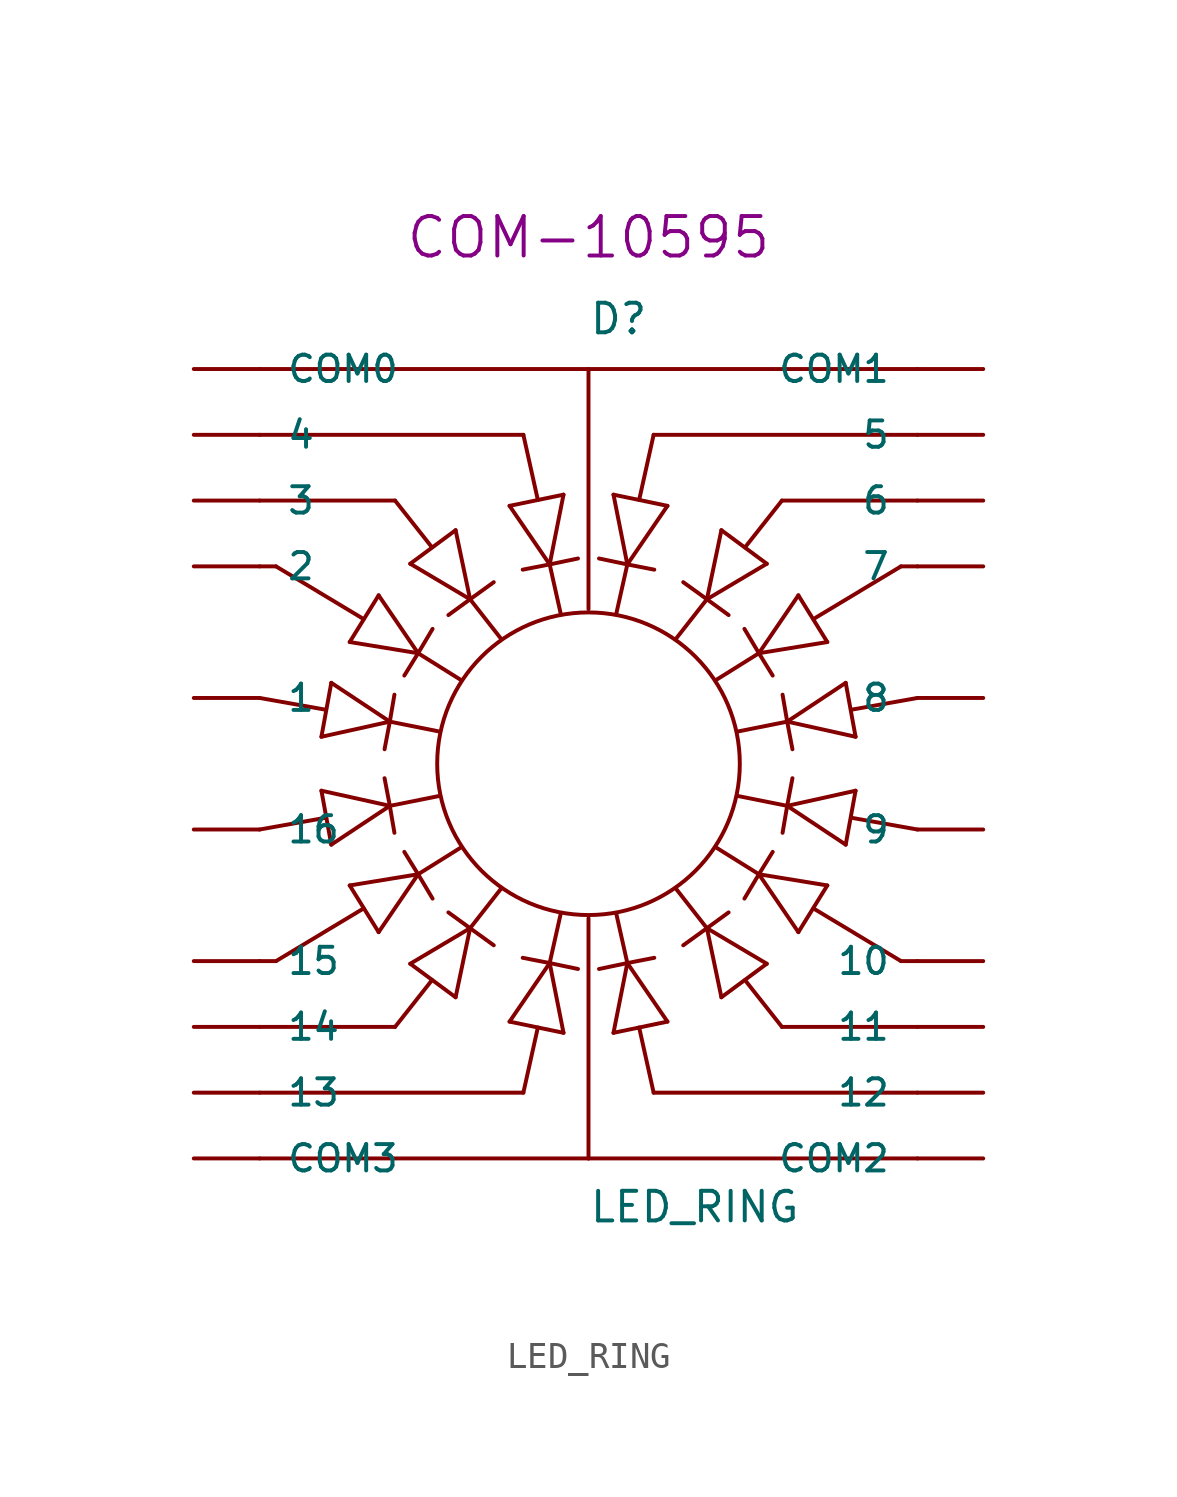
<source format=kicad_sym>
(kicad_symbol_lib
  (version 20220914)
  (generator kicad_symbol_editor)
  (symbol "LED_RING"
    (pin_numbers hide)
    (pin_names
      (offset 1.016))
    (property "Reference" "D"
      (at 0 16.51 0)
      (effects (font (size 1.143 1.143)) (justify left bottom)))
    (property "Value" "LED_RING"
      (at 0 -17.78 0)
      (effects (font (size 1.143 1.143)) (justify left bottom)))
    (property "Field4" "COM-10595"
      (at 0 20.32 0)
      (effects (font (size 1.524 1.524))))
    (property "ki_locked" ""
      (at 0 0 0)
      (effects (font (size 1.27 1.27))))
    (symbol "LED_RING_1_0"
      (polyline (pts (xy -12.065 -7.62) (xy -12.7 -7.62)) (stroke (width 0) (type solid)) (fill (type none)))
      (polyline (pts (xy -12.065 7.62) (xy -12.7 7.62)) (stroke (width 0) (type solid)) (fill (type none)))
      (polyline (pts (xy -10.135 -2.083) (xy -12.7 -2.54)) (stroke (width 0) (type solid)) (fill (type none)))
      (polyline (pts (xy -10.135 2.083) (xy -12.7 2.54)) (stroke (width 0) (type solid)) (fill (type none)))
      (polyline (pts (xy -9.931 -3.124) (xy -10.312 -1.041)) (stroke (width 0) (type solid)) (fill (type none)))
      (polyline (pts (xy -9.931 -3.124) (xy -7.671 -1.626)) (stroke (width 0) (type solid)) (fill (type none)))
      (polyline (pts (xy -9.931 3.124) (xy -10.312 1.041)) (stroke (width 0) (type solid)) (fill (type none)))
      (polyline (pts (xy -9.931 3.124) (xy -7.671 1.626)) (stroke (width 0) (type solid)) (fill (type none)))
      (polyline (pts (xy -8.687 -5.588) (xy -12.065 -7.62)) (stroke (width 0) (type solid)) (fill (type none)))
      (polyline (pts (xy -8.687 5.588) (xy -12.065 7.62)) (stroke (width 0) (type solid)) (fill (type none)))
      (polyline (pts (xy -8.103 -6.502) (xy -9.22 -4.699)) (stroke (width 0) (type solid)) (fill (type none)))
      (polyline (pts (xy -8.103 -6.502) (xy -6.579 -4.267)) (stroke (width 0) (type solid)) (fill (type none)))
      (polyline (pts (xy -8.103 6.502) (xy -9.22 4.699)) (stroke (width 0) (type solid)) (fill (type none)))
      (polyline (pts (xy -8.103 6.502) (xy -6.579 4.267)) (stroke (width 0) (type solid)) (fill (type none)))
      (polyline (pts (xy -7.671 -1.626) (xy -10.312 -1.041)) (stroke (width 0) (type solid)) (fill (type none)))
      (polyline (pts (xy -7.671 -1.626) (xy -7.874 -0.559)) (stroke (width 0) (type solid)) (fill (type none)))
      (polyline (pts (xy -7.671 -1.626) (xy -5.766 -1.245)) (stroke (width 0) (type solid)) (fill (type none)))
      (polyline (pts (xy -7.671 1.626) (xy -10.312 1.041)) (stroke (width 0) (type solid)) (fill (type none)))
      (polyline (pts (xy -7.671 1.626) (xy -7.874 0.559)) (stroke (width 0) (type solid)) (fill (type none)))
      (polyline (pts (xy -7.671 1.626) (xy -5.766 1.245)) (stroke (width 0) (type solid)) (fill (type none)))
      (polyline (pts (xy -7.493 -2.667) (xy -7.671 -1.626)) (stroke (width 0) (type solid)) (fill (type none)))
      (polyline (pts (xy -7.493 2.667) (xy -7.671 1.626)) (stroke (width 0) (type solid)) (fill (type none)))
      (polyline (pts (xy -7.468 -10.16) (xy -12.7 -10.16)) (stroke (width 0) (type solid)) (fill (type none)))
      (polyline (pts (xy -7.468 10.16) (xy -12.7 10.16)) (stroke (width 0) (type solid)) (fill (type none)))
      (polyline (pts (xy -6.579 -4.267) (xy -9.22 -4.699)) (stroke (width 0) (type solid)) (fill (type none)))
      (polyline (pts (xy -6.579 -4.267) (xy -7.112 -3.404)) (stroke (width 0) (type solid)) (fill (type none)))
      (polyline (pts (xy -6.579 -4.267) (xy -4.953 -3.251)) (stroke (width 0) (type solid)) (fill (type none)))
      (polyline (pts (xy -6.579 4.267) (xy -9.22 4.699)) (stroke (width 0) (type solid)) (fill (type none)))
      (polyline (pts (xy -6.579 4.267) (xy -7.112 3.404)) (stroke (width 0) (type solid)) (fill (type none)))
      (polyline (pts (xy -6.579 4.267) (xy -4.953 3.251)) (stroke (width 0) (type solid)) (fill (type none)))
      (polyline (pts (xy -6.045 -8.357) (xy -7.468 -10.16)) (stroke (width 0) (type solid)) (fill (type none)))
      (polyline (pts (xy -6.045 8.357) (xy -7.468 10.16)) (stroke (width 0) (type solid)) (fill (type none)))
      (polyline (pts (xy -6.02 -5.207) (xy -6.579 -4.267)) (stroke (width 0) (type solid)) (fill (type none)))
      (polyline (pts (xy -6.02 5.207) (xy -6.579 4.267)) (stroke (width 0) (type solid)) (fill (type none)))
      (polyline (pts (xy -5.131 -9.017) (xy -6.883 -7.722)) (stroke (width 0) (type solid)) (fill (type none)))
      (polyline (pts (xy -5.131 -9.017) (xy -4.572 -6.35)) (stroke (width 0) (type solid)) (fill (type none)))
      (polyline (pts (xy -5.131 9.017) (xy -6.883 7.722)) (stroke (width 0) (type solid)) (fill (type none)))
      (polyline (pts (xy -5.131 9.017) (xy -4.572 6.35)) (stroke (width 0) (type solid)) (fill (type none)))
      (polyline (pts (xy -4.572 -6.35) (xy -6.883 -7.722)) (stroke (width 0) (type solid)) (fill (type none)))
      (polyline (pts (xy -4.572 -6.35) (xy -5.41 -5.74)) (stroke (width 0) (type solid)) (fill (type none)))
      (polyline (pts (xy -4.572 -6.35) (xy -3.378 -4.826)) (stroke (width 0) (type solid)) (fill (type none)))
      (polyline (pts (xy -4.572 6.35) (xy -6.883 7.722)) (stroke (width 0) (type solid)) (fill (type none)))
      (polyline (pts (xy -4.572 6.35) (xy -5.41 5.74)) (stroke (width 0) (type solid)) (fill (type none)))
      (polyline (pts (xy -4.572 6.35) (xy -3.378 4.826)) (stroke (width 0) (type solid)) (fill (type none)))
      (polyline (pts (xy -3.658 -7.01) (xy -4.572 -6.35)) (stroke (width 0) (type solid)) (fill (type none)))
      (polyline (pts (xy -3.658 7.01) (xy -4.572 6.35)) (stroke (width 0) (type solid)) (fill (type none)))
      (polyline (pts (xy -2.515 -12.7) (xy -12.7 -12.7)) (stroke (width 0) (type solid)) (fill (type none)))
      (polyline (pts (xy -2.515 12.7) (xy -12.7 12.7)) (stroke (width 0) (type solid)) (fill (type none)))
      (polyline (pts (xy -1.956 -10.185) (xy -2.515 -12.7)) (stroke (width 0) (type solid)) (fill (type none)))
      (polyline (pts (xy -1.956 10.185) (xy -2.515 12.7)) (stroke (width 0) (type solid)) (fill (type none)))
      (polyline (pts (xy -1.499 -7.696) (xy -3.048 -9.957)) (stroke (width 0) (type solid)) (fill (type none)))
      (polyline (pts (xy -1.499 -7.696) (xy -2.54 -7.493)) (stroke (width 0) (type solid)) (fill (type none)))
      (polyline (pts (xy -1.499 -7.696) (xy -1.067 -5.766)) (stroke (width 0) (type solid)) (fill (type none)))
      (polyline (pts (xy -1.499 7.696) (xy -3.048 9.957)) (stroke (width 0) (type solid)) (fill (type none)))
      (polyline (pts (xy -1.499 7.696) (xy -2.54 7.493)) (stroke (width 0) (type solid)) (fill (type none)))
      (polyline (pts (xy -1.499 7.696) (xy -1.067 5.766)) (stroke (width 0) (type solid)) (fill (type none)))
      (polyline (pts (xy -0.965 -10.389) (xy -3.048 -9.957)) (stroke (width 0) (type solid)) (fill (type none)))
      (polyline (pts (xy -0.965 -10.389) (xy -1.499 -7.696)) (stroke (width 0) (type solid)) (fill (type none)))
      (polyline (pts (xy -0.965 10.389) (xy -3.048 9.957)) (stroke (width 0) (type solid)) (fill (type none)))
      (polyline (pts (xy -0.965 10.389) (xy -1.499 7.696)) (stroke (width 0) (type solid)) (fill (type none)))
      (polyline (pts (xy -0.406 -7.925) (xy -1.499 -7.696)) (stroke (width 0) (type solid)) (fill (type none)))
      (polyline (pts (xy -0.406 7.925) (xy -1.499 7.696)) (stroke (width 0) (type solid)) (fill (type none)))
      (polyline (pts (xy 0 -15.24) (xy -12.7 -15.24)) (stroke (width 0) (type solid)) (fill (type none)))
      (polyline (pts (xy 0 -15.24) (xy 12.7 -15.24)) (stroke (width 0) (type solid)) (fill (type none)))
      (polyline (pts (xy 0 -5.969) (xy 0 -15.24)) (stroke (width 0) (type solid)) (fill (type none)))
      (polyline (pts (xy 0 5.969) (xy 0 15.24)) (stroke (width 0) (type solid)) (fill (type none)))
      (polyline (pts (xy 0 15.24) (xy -12.7 15.24)) (stroke (width 0) (type solid)) (fill (type none)))
      (polyline (pts (xy 0 15.24) (xy 12.7 15.24)) (stroke (width 0) (type solid)) (fill (type none)))
      (polyline (pts (xy 0.406 -7.925) (xy 1.499 -7.696)) (stroke (width 0) (type solid)) (fill (type none)))
      (polyline (pts (xy 0.406 7.925) (xy 1.499 7.696)) (stroke (width 0) (type solid)) (fill (type none)))
      (polyline (pts (xy 0.965 -10.389) (xy 1.499 -7.696)) (stroke (width 0) (type solid)) (fill (type none)))
      (polyline (pts (xy 0.965 -10.389) (xy 3.048 -9.957)) (stroke (width 0) (type solid)) (fill (type none)))
      (polyline (pts (xy 0.965 10.389) (xy 1.499 7.696)) (stroke (width 0) (type solid)) (fill (type none)))
      (polyline (pts (xy 0.965 10.389) (xy 3.048 9.957)) (stroke (width 0) (type solid)) (fill (type none)))
      (polyline (pts (xy 1.499 -7.696) (xy 1.067 -5.766)) (stroke (width 0) (type solid)) (fill (type none)))
      (polyline (pts (xy 1.499 -7.696) (xy 2.54 -7.493)) (stroke (width 0) (type solid)) (fill (type none)))
      (polyline (pts (xy 1.499 -7.696) (xy 3.048 -9.957)) (stroke (width 0) (type solid)) (fill (type none)))
      (polyline (pts (xy 1.499 7.696) (xy 1.067 5.766)) (stroke (width 0) (type solid)) (fill (type none)))
      (polyline (pts (xy 1.499 7.696) (xy 2.54 7.493)) (stroke (width 0) (type solid)) (fill (type none)))
      (polyline (pts (xy 1.499 7.696) (xy 3.048 9.957)) (stroke (width 0) (type solid)) (fill (type none)))
      (polyline (pts (xy 1.956 -10.185) (xy 2.515 -12.7)) (stroke (width 0) (type solid)) (fill (type none)))
      (polyline (pts (xy 1.956 10.185) (xy 2.515 12.7)) (stroke (width 0) (type solid)) (fill (type none)))
      (polyline (pts (xy 2.515 -12.7) (xy 12.7 -12.7)) (stroke (width 0) (type solid)) (fill (type none)))
      (polyline (pts (xy 2.515 12.7) (xy 12.7 12.7)) (stroke (width 0) (type solid)) (fill (type none)))
      (polyline (pts (xy 3.658 -7.01) (xy 4.572 -6.35)) (stroke (width 0) (type solid)) (fill (type none)))
      (polyline (pts (xy 3.658 7.01) (xy 4.572 6.35)) (stroke (width 0) (type solid)) (fill (type none)))
      (polyline (pts (xy 4.572 -6.35) (xy 3.378 -4.826)) (stroke (width 0) (type solid)) (fill (type none)))
      (polyline (pts (xy 4.572 -6.35) (xy 5.41 -5.74)) (stroke (width 0) (type solid)) (fill (type none)))
      (polyline (pts (xy 4.572 -6.35) (xy 6.883 -7.722)) (stroke (width 0) (type solid)) (fill (type none)))
      (polyline (pts (xy 4.572 6.35) (xy 3.378 4.826)) (stroke (width 0) (type solid)) (fill (type none)))
      (polyline (pts (xy 4.572 6.35) (xy 5.41 5.74)) (stroke (width 0) (type solid)) (fill (type none)))
      (polyline (pts (xy 4.572 6.35) (xy 6.883 7.722)) (stroke (width 0) (type solid)) (fill (type none)))
      (polyline (pts (xy 5.131 -9.017) (xy 4.572 -6.35)) (stroke (width 0) (type solid)) (fill (type none)))
      (polyline (pts (xy 5.131 -9.017) (xy 6.883 -7.722)) (stroke (width 0) (type solid)) (fill (type none)))
      (polyline (pts (xy 5.131 9.017) (xy 4.572 6.35)) (stroke (width 0) (type solid)) (fill (type none)))
      (polyline (pts (xy 5.131 9.017) (xy 6.883 7.722)) (stroke (width 0) (type solid)) (fill (type none)))
      (polyline (pts (xy 6.02 -5.207) (xy 6.579 -4.267)) (stroke (width 0) (type solid)) (fill (type none)))
      (polyline (pts (xy 6.02 5.207) (xy 6.579 4.267)) (stroke (width 0) (type solid)) (fill (type none)))
      (polyline (pts (xy 6.045 -8.357) (xy 7.468 -10.16)) (stroke (width 0) (type solid)) (fill (type none)))
      (polyline (pts (xy 6.045 8.357) (xy 7.468 10.16)) (stroke (width 0) (type solid)) (fill (type none)))
      (polyline (pts (xy 6.579 -4.267) (xy 4.953 -3.251)) (stroke (width 0) (type solid)) (fill (type none)))
      (polyline (pts (xy 6.579 -4.267) (xy 7.112 -3.404)) (stroke (width 0) (type solid)) (fill (type none)))
      (polyline (pts (xy 6.579 -4.267) (xy 9.22 -4.699)) (stroke (width 0) (type solid)) (fill (type none)))
      (polyline (pts (xy 6.579 4.267) (xy 4.953 3.251)) (stroke (width 0) (type solid)) (fill (type none)))
      (polyline (pts (xy 6.579 4.267) (xy 7.112 3.404)) (stroke (width 0) (type solid)) (fill (type none)))
      (polyline (pts (xy 6.579 4.267) (xy 9.22 4.699)) (stroke (width 0) (type solid)) (fill (type none)))
      (polyline (pts (xy 7.468 -10.16) (xy 12.7 -10.16)) (stroke (width 0) (type solid)) (fill (type none)))
      (polyline (pts (xy 7.468 10.16) (xy 12.7 10.16)) (stroke (width 0) (type solid)) (fill (type none)))
      (polyline (pts (xy 7.493 -2.667) (xy 7.671 -1.626)) (stroke (width 0) (type solid)) (fill (type none)))
      (polyline (pts (xy 7.493 2.667) (xy 7.671 1.626)) (stroke (width 0) (type solid)) (fill (type none)))
      (polyline (pts (xy 7.671 -1.626) (xy 5.766 -1.245)) (stroke (width 0) (type solid)) (fill (type none)))
      (polyline (pts (xy 7.671 -1.626) (xy 7.874 -0.559)) (stroke (width 0) (type solid)) (fill (type none)))
      (polyline (pts (xy 7.671 -1.626) (xy 10.312 -1.041)) (stroke (width 0) (type solid)) (fill (type none)))
      (polyline (pts (xy 7.671 1.626) (xy 5.766 1.245)) (stroke (width 0) (type solid)) (fill (type none)))
      (polyline (pts (xy 7.671 1.626) (xy 7.874 0.559)) (stroke (width 0) (type solid)) (fill (type none)))
      (polyline (pts (xy 7.671 1.626) (xy 10.312 1.041)) (stroke (width 0) (type solid)) (fill (type none)))
      (polyline (pts (xy 8.103 -6.502) (xy 6.579 -4.267)) (stroke (width 0) (type solid)) (fill (type none)))
      (polyline (pts (xy 8.103 -6.502) (xy 9.22 -4.699)) (stroke (width 0) (type solid)) (fill (type none)))
      (polyline (pts (xy 8.103 6.502) (xy 6.579 4.267)) (stroke (width 0) (type solid)) (fill (type none)))
      (polyline (pts (xy 8.103 6.502) (xy 9.22 4.699)) (stroke (width 0) (type solid)) (fill (type none)))
      (polyline (pts (xy 8.687 -5.588) (xy 12.065 -7.62)) (stroke (width 0) (type solid)) (fill (type none)))
      (polyline (pts (xy 8.687 5.588) (xy 12.065 7.62)) (stroke (width 0) (type solid)) (fill (type none)))
      (polyline (pts (xy 9.931 -3.124) (xy 7.671 -1.626)) (stroke (width 0) (type solid)) (fill (type none)))
      (polyline (pts (xy 9.931 -3.124) (xy 10.312 -1.041)) (stroke (width 0) (type solid)) (fill (type none)))
      (polyline (pts (xy 9.931 3.124) (xy 7.671 1.626)) (stroke (width 0) (type solid)) (fill (type none)))
      (polyline (pts (xy 9.931 3.124) (xy 10.312 1.041)) (stroke (width 0) (type solid)) (fill (type none)))
      (polyline (pts (xy 10.135 -2.083) (xy 12.7 -2.54)) (stroke (width 0) (type solid)) (fill (type none)))
      (polyline (pts (xy 10.135 2.083) (xy 12.7 2.54)) (stroke (width 0) (type solid)) (fill (type none)))
      (polyline (pts (xy 12.065 -7.62) (xy 12.7 -7.62)) (stroke (width 0) (type solid)) (fill (type none)))
      (polyline (pts (xy 12.065 7.62) (xy 12.7 7.62)) (stroke (width 0) (type solid)) (fill (type none))))
    (symbol "LED_RING_1_1"
      (circle (center 0 0) (radius 5.842) (stroke (width 0) (type solid)) (fill (type none)))
      (pin passive line (at -15.24 2.54 0) (length 2.54) (name "1" (effects (font (size 1.016 1.016)))) (number "1" (effects (font (size 1.016 1.016)))))
      (pin passive line (at 15.24 -7.62 180) (length 2.54) (name "10" (effects (font (size 1.016 1.016)))) (number "10" (effects (font (size 1.016 1.016)))))
      (pin passive line (at 15.24 -10.16 180) (length 2.54) (name "11" (effects (font (size 1.016 1.016)))) (number "11" (effects (font (size 1.016 1.016)))))
      (pin passive line (at 15.24 -12.7 180) (length 2.54) (name "12" (effects (font (size 1.016 1.016)))) (number "12" (effects (font (size 1.016 1.016)))))
      (pin passive line (at -15.24 -12.7 0) (length 2.54) (name "13" (effects (font (size 1.016 1.016)))) (number "13" (effects (font (size 1.016 1.016)))))
      (pin passive line (at -15.24 -10.16 0) (length 2.54) (name "14" (effects (font (size 1.016 1.016)))) (number "14" (effects (font (size 1.016 1.016)))))
      (pin passive line (at -15.24 -7.62 0) (length 2.54) (name "15" (effects (font (size 1.016 1.016)))) (number "15" (effects (font (size 1.016 1.016)))))
      (pin passive line (at -15.24 -2.54 0) (length 2.54) (name "16" (effects (font (size 1.016 1.016)))) (number "16" (effects (font (size 1.016 1.016)))))
      (pin passive line (at -15.24 7.62 0) (length 2.54) (name "2" (effects (font (size 1.016 1.016)))) (number "2" (effects (font (size 1.016 1.016)))))
      (pin passive line (at -15.24 10.16 0) (length 2.54) (name "3" (effects (font (size 1.016 1.016)))) (number "3" (effects (font (size 1.016 1.016)))))
      (pin passive line (at -15.24 12.7 0) (length 2.54) (name "4" (effects (font (size 1.016 1.016)))) (number "4" (effects (font (size 1.016 1.016)))))
      (pin passive line (at 15.24 12.7 180) (length 2.54) (name "5" (effects (font (size 1.016 1.016)))) (number "5" (effects (font (size 1.016 1.016)))))
      (pin passive line (at 15.24 10.16 180) (length 2.54) (name "6" (effects (font (size 1.016 1.016)))) (number "6" (effects (font (size 1.016 1.016)))))
      (pin passive line (at 15.24 7.62 180) (length 2.54) (name "7" (effects (font (size 1.016 1.016)))) (number "7" (effects (font (size 1.016 1.016)))))
      (pin passive line (at 15.24 2.54 180) (length 2.54) (name "8" (effects (font (size 1.016 1.016)))) (number "8" (effects (font (size 1.016 1.016)))))
      (pin passive line (at 15.24 -2.54 180) (length 2.54) (name "9" (effects (font (size 1.016 1.016)))) (number "9" (effects (font (size 1.016 1.016)))))
      (pin passive line (at -15.24 15.24 0) (length 2.54) (name "COM0" (effects (font (size 1.016 1.016)))) (number "COM0" (effects (font (size 1.016 1.016)))))
      (pin passive line (at 15.24 15.24 180) (length 2.54) (name "COM1" (effects (font (size 1.016 1.016)))) (number "COM1" (effects (font (size 1.016 1.016)))))
      (pin passive line (at 15.24 -15.24 180) (length 2.54) (name "COM2" (effects (font (size 1.016 1.016)))) (number "COM2" (effects (font (size 1.016 1.016)))))
      (pin passive line (at -15.24 -15.24 0) (length 2.54) (name "COM3" (effects (font (size 1.016 1.016)))) (number "COM3" (effects (font (size 1.016 1.016))))))))
</source>
